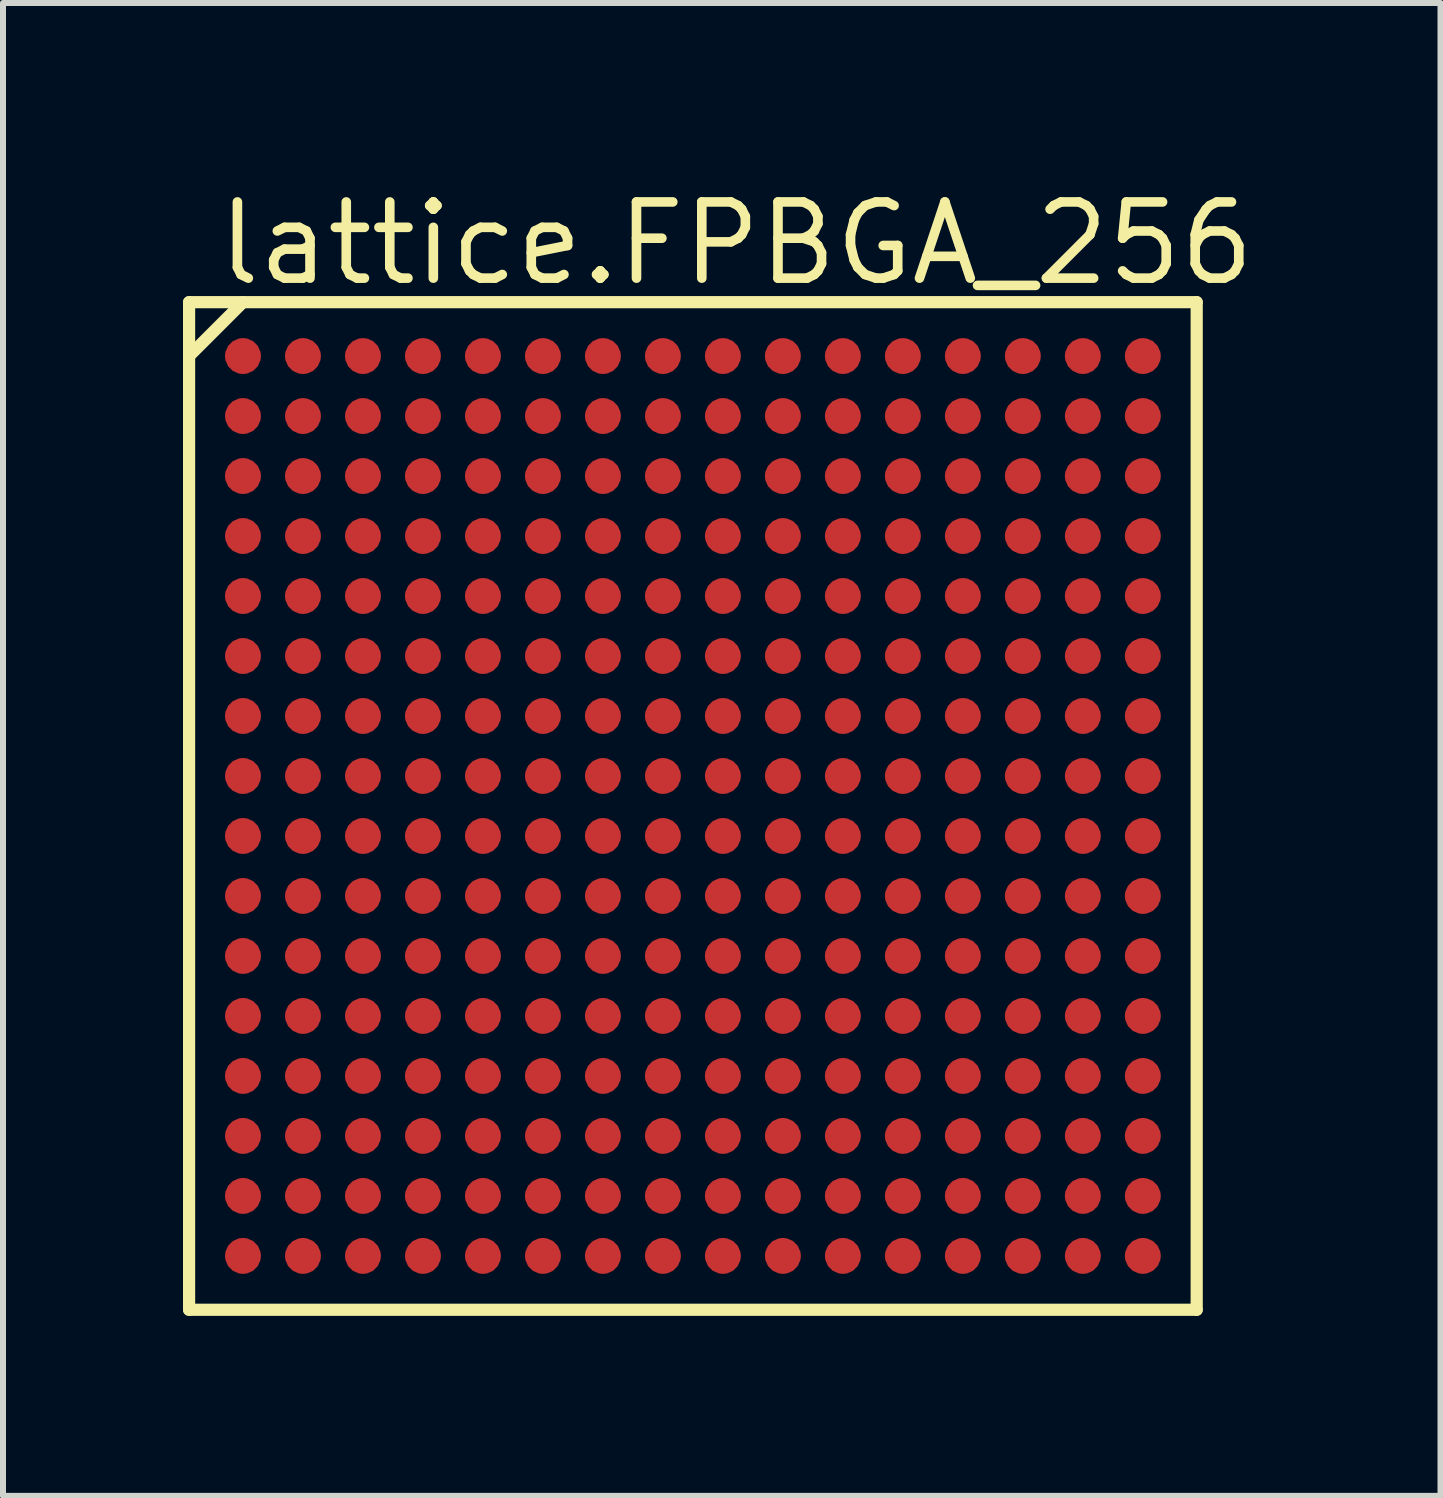
<source format=kicad_pcb>
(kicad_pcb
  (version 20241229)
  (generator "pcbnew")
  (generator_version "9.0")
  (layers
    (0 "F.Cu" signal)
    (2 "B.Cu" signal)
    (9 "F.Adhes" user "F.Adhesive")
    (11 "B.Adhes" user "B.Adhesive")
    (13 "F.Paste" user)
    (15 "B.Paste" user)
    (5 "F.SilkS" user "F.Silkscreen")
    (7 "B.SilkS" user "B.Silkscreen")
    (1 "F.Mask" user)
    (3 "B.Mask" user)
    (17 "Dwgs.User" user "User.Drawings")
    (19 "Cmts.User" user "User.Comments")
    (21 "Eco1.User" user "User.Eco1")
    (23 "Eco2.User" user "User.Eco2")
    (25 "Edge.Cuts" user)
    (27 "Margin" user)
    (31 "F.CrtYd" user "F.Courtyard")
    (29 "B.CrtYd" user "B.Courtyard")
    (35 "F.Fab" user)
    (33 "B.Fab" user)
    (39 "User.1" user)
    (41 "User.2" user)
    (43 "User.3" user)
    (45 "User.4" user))
  (footprint "lattice.FPBGA_256"
    (layer "F.Cu")
    (at 8.5 10.385)
    (property "Reference" "lattice.FPBGA_256" (at -8 -8.635 0) (layer "F.SilkS") (effects (font (size 1.27 1.27) (thickness 0.16)) (justify left bottom)))
    (attr smd)
    (fp_circle (center -7.5 -7.5) (end -7.2 -7.5) (stroke (width 0.1) (type default)) (fill no) (layer "F.Mask"))
    (fp_circle (center -7.5 -6.5) (end -7.2 -6.5) (stroke (width 0.1) (type default)) (fill no) (layer "F.Mask"))
    (fp_circle (center -7.5 -5.5) (end -7.2 -5.5) (stroke (width 0.1) (type default)) (fill no) (layer "F.Mask"))
    (fp_circle (center -7.5 -4.5) (end -7.2 -4.5) (stroke (width 0.1) (type default)) (fill no) (layer "F.Mask"))
    (fp_circle (center -7.5 -3.5) (end -7.2 -3.5) (stroke (width 0.1) (type default)) (fill no) (layer "F.Mask"))
    (fp_circle (center -7.5 -2.5) (end -7.2 -2.5) (stroke (width 0.1) (type default)) (fill no) (layer "F.Mask"))
    (fp_circle (center -7.5 -1.5) (end -7.2 -1.5) (stroke (width 0.1) (type default)) (fill no) (layer "F.Mask"))
    (fp_circle (center -7.5 -0.5) (end -7.2 -0.5) (stroke (width 0.1) (type default)) (fill no) (layer "F.Mask"))
    (fp_circle (center -7.5 0.5) (end -7.2 0.5) (stroke (width 0.1) (type default)) (fill no) (layer "F.Mask"))
    (fp_circle (center -7.5 1.5) (end -7.2 1.5) (stroke (width 0.1) (type default)) (fill no) (layer "F.Mask"))
    (fp_circle (center -7.5 2.5) (end -7.2 2.5) (stroke (width 0.1) (type default)) (fill no) (layer "F.Mask"))
    (fp_circle (center -7.5 3.5) (end -7.2 3.5) (stroke (width 0.1) (type default)) (fill no) (layer "F.Mask"))
    (fp_circle (center -7.5 4.5) (end -7.2 4.5) (stroke (width 0.1) (type default)) (fill no) (layer "F.Mask"))
    (fp_circle (center -7.5 5.5) (end -7.2 5.5) (stroke (width 0.1) (type default)) (fill no) (layer "F.Mask"))
    (fp_circle (center -7.5 6.5) (end -7.2 6.5) (stroke (width 0.1) (type default)) (fill no) (layer "F.Mask"))
    (fp_circle (center -7.5 7.5) (end -7.2 7.5) (stroke (width 0.1) (type default)) (fill no) (layer "F.Mask"))
    (fp_circle (center -6.5 -7.5) (end -6.2 -7.5) (stroke (width 0.1) (type default)) (fill no) (layer "F.Mask"))
    (fp_circle (center -6.5 -6.5) (end -6.2 -6.5) (stroke (width 0.1) (type default)) (fill no) (layer "F.Mask"))
    (fp_circle (center -6.5 -5.5) (end -6.2 -5.5) (stroke (width 0.1) (type default)) (fill no) (layer "F.Mask"))
    (fp_circle (center -6.5 -4.5) (end -6.2 -4.5) (stroke (width 0.1) (type default)) (fill no) (layer "F.Mask"))
    (fp_circle (center -6.5 -3.5) (end -6.2 -3.5) (stroke (width 0.1) (type default)) (fill no) (layer "F.Mask"))
    (fp_circle (center -6.5 -2.5) (end -6.2 -2.5) (stroke (width 0.1) (type default)) (fill no) (layer "F.Mask"))
    (fp_circle (center -6.5 -1.5) (end -6.2 -1.5) (stroke (width 0.1) (type default)) (fill no) (layer "F.Mask"))
    (fp_circle (center -6.5 -0.5) (end -6.2 -0.5) (stroke (width 0.1) (type default)) (fill no) (layer "F.Mask"))
    (fp_circle (center -6.5 0.5) (end -6.2 0.5) (stroke (width 0.1) (type default)) (fill no) (layer "F.Mask"))
    (fp_circle (center -6.5 1.5) (end -6.2 1.5) (stroke (width 0.1) (type default)) (fill no) (layer "F.Mask"))
    (fp_circle (center -6.5 2.5) (end -6.2 2.5) (stroke (width 0.1) (type default)) (fill no) (layer "F.Mask"))
    (fp_circle (center -6.5 3.5) (end -6.2 3.5) (stroke (width 0.1) (type default)) (fill no) (layer "F.Mask"))
    (fp_circle (center -6.5 4.5) (end -6.2 4.5) (stroke (width 0.1) (type default)) (fill no) (layer "F.Mask"))
    (fp_circle (center -6.5 5.5) (end -6.2 5.5) (stroke (width 0.1) (type default)) (fill no) (layer "F.Mask"))
    (fp_circle (center -6.5 6.5) (end -6.2 6.5) (stroke (width 0.1) (type default)) (fill no) (layer "F.Mask"))
    (fp_circle (center -6.5 7.5) (end -6.2 7.5) (stroke (width 0.1) (type default)) (fill no) (layer "F.Mask"))
    (fp_circle (center -5.5 -7.5) (end -5.2 -7.5) (stroke (width 0.1) (type default)) (fill no) (layer "F.Mask"))
    (fp_circle (center -5.5 -6.5) (end -5.2 -6.5) (stroke (width 0.1) (type default)) (fill no) (layer "F.Mask"))
    (fp_circle (center -5.5 -5.5) (end -5.2 -5.5) (stroke (width 0.1) (type default)) (fill no) (layer "F.Mask"))
    (fp_circle (center -5.5 -4.5) (end -5.2 -4.5) (stroke (width 0.1) (type default)) (fill no) (layer "F.Mask"))
    (fp_circle (center -5.5 -3.5) (end -5.2 -3.5) (stroke (width 0.1) (type default)) (fill no) (layer "F.Mask"))
    (fp_circle (center -5.5 -2.5) (end -5.2 -2.5) (stroke (width 0.1) (type default)) (fill no) (layer "F.Mask"))
    (fp_circle (center -5.5 -1.5) (end -5.2 -1.5) (stroke (width 0.1) (type default)) (fill no) (layer "F.Mask"))
    (fp_circle (center -5.5 -0.5) (end -5.2 -0.5) (stroke (width 0.1) (type default)) (fill no) (layer "F.Mask"))
    (fp_circle (center -5.5 0.5) (end -5.2 0.5) (stroke (width 0.1) (type default)) (fill no) (layer "F.Mask"))
    (fp_circle (center -5.5 1.5) (end -5.2 1.5) (stroke (width 0.1) (type default)) (fill no) (layer "F.Mask"))
    (fp_circle (center -5.5 2.5) (end -5.2 2.5) (stroke (width 0.1) (type default)) (fill no) (layer "F.Mask"))
    (fp_circle (center -5.5 3.5) (end -5.2 3.5) (stroke (width 0.1) (type default)) (fill no) (layer "F.Mask"))
    (fp_circle (center -5.5 4.5) (end -5.2 4.5) (stroke (width 0.1) (type default)) (fill no) (layer "F.Mask"))
    (fp_circle (center -5.5 5.5) (end -5.2 5.5) (stroke (width 0.1) (type default)) (fill no) (layer "F.Mask"))
    (fp_circle (center -5.5 6.5) (end -5.2 6.5) (stroke (width 0.1) (type default)) (fill no) (layer "F.Mask"))
    (fp_circle (center -5.5 7.5) (end -5.2 7.5) (stroke (width 0.1) (type default)) (fill no) (layer "F.Mask"))
    (fp_circle (center -4.5 -7.5) (end -4.2 -7.5) (stroke (width 0.1) (type default)) (fill no) (layer "F.Mask"))
    (fp_circle (center -4.5 -6.5) (end -4.2 -6.5) (stroke (width 0.1) (type default)) (fill no) (layer "F.Mask"))
    (fp_circle (center -4.5 -5.5) (end -4.2 -5.5) (stroke (width 0.1) (type default)) (fill no) (layer "F.Mask"))
    (fp_circle (center -4.5 -4.5) (end -4.2 -4.5) (stroke (width 0.1) (type default)) (fill no) (layer "F.Mask"))
    (fp_circle (center -4.5 -3.5) (end -4.2 -3.5) (stroke (width 0.1) (type default)) (fill no) (layer "F.Mask"))
    (fp_circle (center -4.5 -2.5) (end -4.2 -2.5) (stroke (width 0.1) (type default)) (fill no) (layer "F.Mask"))
    (fp_circle (center -4.5 -1.5) (end -4.2 -1.5) (stroke (width 0.1) (type default)) (fill no) (layer "F.Mask"))
    (fp_circle (center -4.5 -0.5) (end -4.2 -0.5) (stroke (width 0.1) (type default)) (fill no) (layer "F.Mask"))
    (fp_circle (center -4.5 0.5) (end -4.2 0.5) (stroke (width 0.1) (type default)) (fill no) (layer "F.Mask"))
    (fp_circle (center -4.5 1.5) (end -4.2 1.5) (stroke (width 0.1) (type default)) (fill no) (layer "F.Mask"))
    (fp_circle (center -4.5 2.5) (end -4.2 2.5) (stroke (width 0.1) (type default)) (fill no) (layer "F.Mask"))
    (fp_circle (center -4.5 3.5) (end -4.2 3.5) (stroke (width 0.1) (type default)) (fill no) (layer "F.Mask"))
    (fp_circle (center -4.5 4.5) (end -4.2 4.5) (stroke (width 0.1) (type default)) (fill no) (layer "F.Mask"))
    (fp_circle (center -4.5 5.5) (end -4.2 5.5) (stroke (width 0.1) (type default)) (fill no) (layer "F.Mask"))
    (fp_circle (center -4.5 6.5) (end -4.2 6.5) (stroke (width 0.1) (type default)) (fill no) (layer "F.Mask"))
    (fp_circle (center -4.5 7.5) (end -4.2 7.5) (stroke (width 0.1) (type default)) (fill no) (layer "F.Mask"))
    (fp_circle (center -3.5 -7.5) (end -3.2 -7.5) (stroke (width 0.1) (type default)) (fill no) (layer "F.Mask"))
    (fp_circle (center -3.5 -6.5) (end -3.2 -6.5) (stroke (width 0.1) (type default)) (fill no) (layer "F.Mask"))
    (fp_circle (center -3.5 -5.5) (end -3.2 -5.5) (stroke (width 0.1) (type default)) (fill no) (layer "F.Mask"))
    (fp_circle (center -3.5 -4.5) (end -3.2 -4.5) (stroke (width 0.1) (type default)) (fill no) (layer "F.Mask"))
    (fp_circle (center -3.5 -3.5) (end -3.2 -3.5) (stroke (width 0.1) (type default)) (fill no) (layer "F.Mask"))
    (fp_circle (center -3.5 -2.5) (end -3.2 -2.5) (stroke (width 0.1) (type default)) (fill no) (layer "F.Mask"))
    (fp_circle (center -3.5 -1.5) (end -3.2 -1.5) (stroke (width 0.1) (type default)) (fill no) (layer "F.Mask"))
    (fp_circle (center -3.5 -0.5) (end -3.2 -0.5) (stroke (width 0.1) (type default)) (fill no) (layer "F.Mask"))
    (fp_circle (center -3.5 0.5) (end -3.2 0.5) (stroke (width 0.1) (type default)) (fill no) (layer "F.Mask"))
    (fp_circle (center -3.5 1.5) (end -3.2 1.5) (stroke (width 0.1) (type default)) (fill no) (layer "F.Mask"))
    (fp_circle (center -3.5 2.5) (end -3.2 2.5) (stroke (width 0.1) (type default)) (fill no) (layer "F.Mask"))
    (fp_circle (center -3.5 3.5) (end -3.2 3.5) (stroke (width 0.1) (type default)) (fill no) (layer "F.Mask"))
    (fp_circle (center -3.5 4.5) (end -3.2 4.5) (stroke (width 0.1) (type default)) (fill no) (layer "F.Mask"))
    (fp_circle (center -3.5 5.5) (end -3.2 5.5) (stroke (width 0.1) (type default)) (fill no) (layer "F.Mask"))
    (fp_circle (center -3.5 6.5) (end -3.2 6.5) (stroke (width 0.1) (type default)) (fill no) (layer "F.Mask"))
    (fp_circle (center -3.5 7.5) (end -3.2 7.5) (stroke (width 0.1) (type default)) (fill no) (layer "F.Mask"))
    (fp_circle (center -2.5 -7.5) (end -2.2 -7.5) (stroke (width 0.1) (type default)) (fill no) (layer "F.Mask"))
    (fp_circle (center -2.5 -6.5) (end -2.2 -6.5) (stroke (width 0.1) (type default)) (fill no) (layer "F.Mask"))
    (fp_circle (center -2.5 -5.5) (end -2.2 -5.5) (stroke (width 0.1) (type default)) (fill no) (layer "F.Mask"))
    (fp_circle (center -2.5 -4.5) (end -2.2 -4.5) (stroke (width 0.1) (type default)) (fill no) (layer "F.Mask"))
    (fp_circle (center -2.5 -3.5) (end -2.2 -3.5) (stroke (width 0.1) (type default)) (fill no) (layer "F.Mask"))
    (fp_circle (center -2.5 -2.5) (end -2.2 -2.5) (stroke (width 0.1) (type default)) (fill no) (layer "F.Mask"))
    (fp_circle (center -2.5 -1.5) (end -2.2 -1.5) (stroke (width 0.1) (type default)) (fill no) (layer "F.Mask"))
    (fp_circle (center -2.5 -0.5) (end -2.2 -0.5) (stroke (width 0.1) (type default)) (fill no) (layer "F.Mask"))
    (fp_circle (center -2.5 0.5) (end -2.2 0.5) (stroke (width 0.1) (type default)) (fill no) (layer "F.Mask"))
    (fp_circle (center -2.5 1.5) (end -2.2 1.5) (stroke (width 0.1) (type default)) (fill no) (layer "F.Mask"))
    (fp_circle (center -2.5 2.5) (end -2.2 2.5) (stroke (width 0.1) (type default)) (fill no) (layer "F.Mask"))
    (fp_circle (center -2.5 3.5) (end -2.2 3.5) (stroke (width 0.1) (type default)) (fill no) (layer "F.Mask"))
    (fp_circle (center -2.5 4.5) (end -2.2 4.5) (stroke (width 0.1) (type default)) (fill no) (layer "F.Mask"))
    (fp_circle (center -2.5 5.5) (end -2.2 5.5) (stroke (width 0.1) (type default)) (fill no) (layer "F.Mask"))
    (fp_circle (center -2.5 6.5) (end -2.2 6.5) (stroke (width 0.1) (type default)) (fill no) (layer "F.Mask"))
    (fp_circle (center -2.5 7.5) (end -2.2 7.5) (stroke (width 0.1) (type default)) (fill no) (layer "F.Mask"))
    (fp_circle (center -1.5 -7.5) (end -1.2 -7.5) (stroke (width 0.1) (type default)) (fill no) (layer "F.Mask"))
    (fp_circle (center -1.5 -6.5) (end -1.2 -6.5) (stroke (width 0.1) (type default)) (fill no) (layer "F.Mask"))
    (fp_circle (center -1.5 -5.5) (end -1.2 -5.5) (stroke (width 0.1) (type default)) (fill no) (layer "F.Mask"))
    (fp_circle (center -1.5 -4.5) (end -1.2 -4.5) (stroke (width 0.1) (type default)) (fill no) (layer "F.Mask"))
    (fp_circle (center -1.5 -3.5) (end -1.2 -3.5) (stroke (width 0.1) (type default)) (fill no) (layer "F.Mask"))
    (fp_circle (center -1.5 -2.5) (end -1.2 -2.5) (stroke (width 0.1) (type default)) (fill no) (layer "F.Mask"))
    (fp_circle (center -1.5 -1.5) (end -1.2 -1.5) (stroke (width 0.1) (type default)) (fill no) (layer "F.Mask"))
    (fp_circle (center -1.5 -0.5) (end -1.2 -0.5) (stroke (width 0.1) (type default)) (fill no) (layer "F.Mask"))
    (fp_circle (center -1.5 0.5) (end -1.2 0.5) (stroke (width 0.1) (type default)) (fill no) (layer "F.Mask"))
    (fp_circle (center -1.5 1.5) (end -1.2 1.5) (stroke (width 0.1) (type default)) (fill no) (layer "F.Mask"))
    (fp_circle (center -1.5 2.5) (end -1.2 2.5) (stroke (width 0.1) (type default)) (fill no) (layer "F.Mask"))
    (fp_circle (center -1.5 3.5) (end -1.2 3.5) (stroke (width 0.1) (type default)) (fill no) (layer "F.Mask"))
    (fp_circle (center -1.5 4.5) (end -1.2 4.5) (stroke (width 0.1) (type default)) (fill no) (layer "F.Mask"))
    (fp_circle (center -1.5 5.5) (end -1.2 5.5) (stroke (width 0.1) (type default)) (fill no) (layer "F.Mask"))
    (fp_circle (center -1.5 6.5) (end -1.2 6.5) (stroke (width 0.1) (type default)) (fill no) (layer "F.Mask"))
    (fp_circle (center -1.5 7.5) (end -1.2 7.5) (stroke (width 0.1) (type default)) (fill no) (layer "F.Mask"))
    (fp_circle (center -0.5 -7.5) (end -0.2 -7.5) (stroke (width 0.1) (type default)) (fill no) (layer "F.Mask"))
    (fp_circle (center -0.5 -6.5) (end -0.2 -6.5) (stroke (width 0.1) (type default)) (fill no) (layer "F.Mask"))
    (fp_circle (center -0.5 -5.5) (end -0.2 -5.5) (stroke (width 0.1) (type default)) (fill no) (layer "F.Mask"))
    (fp_circle (center -0.5 -4.5) (end -0.2 -4.5) (stroke (width 0.1) (type default)) (fill no) (layer "F.Mask"))
    (fp_circle (center -0.5 -3.5) (end -0.2 -3.5) (stroke (width 0.1) (type default)) (fill no) (layer "F.Mask"))
    (fp_circle (center -0.5 -2.5) (end -0.2 -2.5) (stroke (width 0.1) (type default)) (fill no) (layer "F.Mask"))
    (fp_circle (center -0.5 -1.5) (end -0.2 -1.5) (stroke (width 0.1) (type default)) (fill no) (layer "F.Mask"))
    (fp_circle (center -0.5 -0.5) (end -0.2 -0.5) (stroke (width 0.1) (type default)) (fill no) (layer "F.Mask"))
    (fp_circle (center -0.5 0.5) (end -0.2 0.5) (stroke (width 0.1) (type default)) (fill no) (layer "F.Mask"))
    (fp_circle (center -0.5 1.5) (end -0.2 1.5) (stroke (width 0.1) (type default)) (fill no) (layer "F.Mask"))
    (fp_circle (center -0.5 2.5) (end -0.2 2.5) (stroke (width 0.1) (type default)) (fill no) (layer "F.Mask"))
    (fp_circle (center -0.5 3.5) (end -0.2 3.5) (stroke (width 0.1) (type default)) (fill no) (layer "F.Mask"))
    (fp_circle (center -0.5 4.5) (end -0.2 4.5) (stroke (width 0.1) (type default)) (fill no) (layer "F.Mask"))
    (fp_circle (center -0.5 5.5) (end -0.2 5.5) (stroke (width 0.1) (type default)) (fill no) (layer "F.Mask"))
    (fp_circle (center -0.5 6.5) (end -0.2 6.5) (stroke (width 0.1) (type default)) (fill no) (layer "F.Mask"))
    (fp_circle (center -0.5 7.5) (end -0.2 7.5) (stroke (width 0.1) (type default)) (fill no) (layer "F.Mask"))
    (fp_circle (center 0.5 -7.5) (end 0.8 -7.5) (stroke (width 0.1) (type default)) (fill no) (layer "F.Mask"))
    (fp_circle (center 0.5 -6.5) (end 0.8 -6.5) (stroke (width 0.1) (type default)) (fill no) (layer "F.Mask"))
    (fp_circle (center 0.5 -5.5) (end 0.8 -5.5) (stroke (width 0.1) (type default)) (fill no) (layer "F.Mask"))
    (fp_circle (center 0.5 -4.5) (end 0.8 -4.5) (stroke (width 0.1) (type default)) (fill no) (layer "F.Mask"))
    (fp_circle (center 0.5 -3.5) (end 0.8 -3.5) (stroke (width 0.1) (type default)) (fill no) (layer "F.Mask"))
    (fp_circle (center 0.5 -2.5) (end 0.8 -2.5) (stroke (width 0.1) (type default)) (fill no) (layer "F.Mask"))
    (fp_circle (center 0.5 -1.5) (end 0.8 -1.5) (stroke (width 0.1) (type default)) (fill no) (layer "F.Mask"))
    (fp_circle (center 0.5 -0.5) (end 0.8 -0.5) (stroke (width 0.1) (type default)) (fill no) (layer "F.Mask"))
    (fp_circle (center 0.5 0.5) (end 0.8 0.5) (stroke (width 0.1) (type default)) (fill no) (layer "F.Mask"))
    (fp_circle (center 0.5 1.5) (end 0.8 1.5) (stroke (width 0.1) (type default)) (fill no) (layer "F.Mask"))
    (fp_circle (center 0.5 2.5) (end 0.8 2.5) (stroke (width 0.1) (type default)) (fill no) (layer "F.Mask"))
    (fp_circle (center 0.5 3.5) (end 0.8 3.5) (stroke (width 0.1) (type default)) (fill no) (layer "F.Mask"))
    (fp_circle (center 0.5 4.5) (end 0.8 4.5) (stroke (width 0.1) (type default)) (fill no) (layer "F.Mask"))
    (fp_circle (center 0.5 5.5) (end 0.8 5.5) (stroke (width 0.1) (type default)) (fill no) (layer "F.Mask"))
    (fp_circle (center 0.5 6.5) (end 0.8 6.5) (stroke (width 0.1) (type default)) (fill no) (layer "F.Mask"))
    (fp_circle (center 0.5 7.5) (end 0.8 7.5) (stroke (width 0.1) (type default)) (fill no) (layer "F.Mask"))
    (fp_circle (center 1.5 -7.5) (end 1.8 -7.5) (stroke (width 0.1) (type default)) (fill no) (layer "F.Mask"))
    (fp_circle (center 1.5 -6.5) (end 1.8 -6.5) (stroke (width 0.1) (type default)) (fill no) (layer "F.Mask"))
    (fp_circle (center 1.5 -5.5) (end 1.8 -5.5) (stroke (width 0.1) (type default)) (fill no) (layer "F.Mask"))
    (fp_circle (center 1.5 -4.5) (end 1.8 -4.5) (stroke (width 0.1) (type default)) (fill no) (layer "F.Mask"))
    (fp_circle (center 1.5 -3.5) (end 1.8 -3.5) (stroke (width 0.1) (type default)) (fill no) (layer "F.Mask"))
    (fp_circle (center 1.5 -2.5) (end 1.8 -2.5) (stroke (width 0.1) (type default)) (fill no) (layer "F.Mask"))
    (fp_circle (center 1.5 -1.5) (end 1.8 -1.5) (stroke (width 0.1) (type default)) (fill no) (layer "F.Mask"))
    (fp_circle (center 1.5 -0.5) (end 1.8 -0.5) (stroke (width 0.1) (type default)) (fill no) (layer "F.Mask"))
    (fp_circle (center 1.5 0.5) (end 1.8 0.5) (stroke (width 0.1) (type default)) (fill no) (layer "F.Mask"))
    (fp_circle (center 1.5 1.5) (end 1.8 1.5) (stroke (width 0.1) (type default)) (fill no) (layer "F.Mask"))
    (fp_circle (center 1.5 2.5) (end 1.8 2.5) (stroke (width 0.1) (type default)) (fill no) (layer "F.Mask"))
    (fp_circle (center 1.5 3.5) (end 1.8 3.5) (stroke (width 0.1) (type default)) (fill no) (layer "F.Mask"))
    (fp_circle (center 1.5 4.5) (end 1.8 4.5) (stroke (width 0.1) (type default)) (fill no) (layer "F.Mask"))
    (fp_circle (center 1.5 5.5) (end 1.8 5.5) (stroke (width 0.1) (type default)) (fill no) (layer "F.Mask"))
    (fp_circle (center 1.5 6.5) (end 1.8 6.5) (stroke (width 0.1) (type default)) (fill no) (layer "F.Mask"))
    (fp_circle (center 1.5 7.5) (end 1.8 7.5) (stroke (width 0.1) (type default)) (fill no) (layer "F.Mask"))
    (fp_circle (center 2.5 -7.5) (end 2.8 -7.5) (stroke (width 0.1) (type default)) (fill no) (layer "F.Mask"))
    (fp_circle (center 2.5 -6.5) (end 2.8 -6.5) (stroke (width 0.1) (type default)) (fill no) (layer "F.Mask"))
    (fp_circle (center 2.5 -5.5) (end 2.8 -5.5) (stroke (width 0.1) (type default)) (fill no) (layer "F.Mask"))
    (fp_circle (center 2.5 -4.5) (end 2.8 -4.5) (stroke (width 0.1) (type default)) (fill no) (layer "F.Mask"))
    (fp_circle (center 2.5 -3.5) (end 2.8 -3.5) (stroke (width 0.1) (type default)) (fill no) (layer "F.Mask"))
    (fp_circle (center 2.5 -2.5) (end 2.8 -2.5) (stroke (width 0.1) (type default)) (fill no) (layer "F.Mask"))
    (fp_circle (center 2.5 -1.5) (end 2.8 -1.5) (stroke (width 0.1) (type default)) (fill no) (layer "F.Mask"))
    (fp_circle (center 2.5 -0.5) (end 2.8 -0.5) (stroke (width 0.1) (type default)) (fill no) (layer "F.Mask"))
    (fp_circle (center 2.5 0.5) (end 2.8 0.5) (stroke (width 0.1) (type default)) (fill no) (layer "F.Mask"))
    (fp_circle (center 2.5 1.5) (end 2.8 1.5) (stroke (width 0.1) (type default)) (fill no) (layer "F.Mask"))
    (fp_circle (center 2.5 2.5) (end 2.8 2.5) (stroke (width 0.1) (type default)) (fill no) (layer "F.Mask"))
    (fp_circle (center 2.5 3.5) (end 2.8 3.5) (stroke (width 0.1) (type default)) (fill no) (layer "F.Mask"))
    (fp_circle (center 2.5 4.5) (end 2.8 4.5) (stroke (width 0.1) (type default)) (fill no) (layer "F.Mask"))
    (fp_circle (center 2.5 5.5) (end 2.8 5.5) (stroke (width 0.1) (type default)) (fill no) (layer "F.Mask"))
    (fp_circle (center 2.5 6.5) (end 2.8 6.5) (stroke (width 0.1) (type default)) (fill no) (layer "F.Mask"))
    (fp_circle (center 2.5 7.5) (end 2.8 7.5) (stroke (width 0.1) (type default)) (fill no) (layer "F.Mask"))
    (fp_circle (center 3.5 -7.5) (end 3.8 -7.5) (stroke (width 0.1) (type default)) (fill no) (layer "F.Mask"))
    (fp_circle (center 3.5 -6.5) (end 3.8 -6.5) (stroke (width 0.1) (type default)) (fill no) (layer "F.Mask"))
    (fp_circle (center 3.5 -5.5) (end 3.8 -5.5) (stroke (width 0.1) (type default)) (fill no) (layer "F.Mask"))
    (fp_circle (center 3.5 -4.5) (end 3.8 -4.5) (stroke (width 0.1) (type default)) (fill no) (layer "F.Mask"))
    (fp_circle (center 3.5 -3.5) (end 3.8 -3.5) (stroke (width 0.1) (type default)) (fill no) (layer "F.Mask"))
    (fp_circle (center 3.5 -2.5) (end 3.8 -2.5) (stroke (width 0.1) (type default)) (fill no) (layer "F.Mask"))
    (fp_circle (center 3.5 -1.5) (end 3.8 -1.5) (stroke (width 0.1) (type default)) (fill no) (layer "F.Mask"))
    (fp_circle (center 3.5 -0.5) (end 3.8 -0.5) (stroke (width 0.1) (type default)) (fill no) (layer "F.Mask"))
    (fp_circle (center 3.5 0.5) (end 3.8 0.5) (stroke (width 0.1) (type default)) (fill no) (layer "F.Mask"))
    (fp_circle (center 3.5 1.5) (end 3.8 1.5) (stroke (width 0.1) (type default)) (fill no) (layer "F.Mask"))
    (fp_circle (center 3.5 2.5) (end 3.8 2.5) (stroke (width 0.1) (type default)) (fill no) (layer "F.Mask"))
    (fp_circle (center 3.5 3.5) (end 3.8 3.5) (stroke (width 0.1) (type default)) (fill no) (layer "F.Mask"))
    (fp_circle (center 3.5 4.5) (end 3.8 4.5) (stroke (width 0.1) (type default)) (fill no) (layer "F.Mask"))
    (fp_circle (center 3.5 5.5) (end 3.8 5.5) (stroke (width 0.1) (type default)) (fill no) (layer "F.Mask"))
    (fp_circle (center 3.5 6.5) (end 3.8 6.5) (stroke (width 0.1) (type default)) (fill no) (layer "F.Mask"))
    (fp_circle (center 3.5 7.5) (end 3.8 7.5) (stroke (width 0.1) (type default)) (fill no) (layer "F.Mask"))
    (fp_circle (center 4.5 -7.5) (end 4.8 -7.5) (stroke (width 0.1) (type default)) (fill no) (layer "F.Mask"))
    (fp_circle (center 4.5 -6.5) (end 4.8 -6.5) (stroke (width 0.1) (type default)) (fill no) (layer "F.Mask"))
    (fp_circle (center 4.5 -5.5) (end 4.8 -5.5) (stroke (width 0.1) (type default)) (fill no) (layer "F.Mask"))
    (fp_circle (center 4.5 -4.5) (end 4.8 -4.5) (stroke (width 0.1) (type default)) (fill no) (layer "F.Mask"))
    (fp_circle (center 4.5 -3.5) (end 4.8 -3.5) (stroke (width 0.1) (type default)) (fill no) (layer "F.Mask"))
    (fp_circle (center 4.5 -2.5) (end 4.8 -2.5) (stroke (width 0.1) (type default)) (fill no) (layer "F.Mask"))
    (fp_circle (center 4.5 -1.5) (end 4.8 -1.5) (stroke (width 0.1) (type default)) (fill no) (layer "F.Mask"))
    (fp_circle (center 4.5 -0.5) (end 4.8 -0.5) (stroke (width 0.1) (type default)) (fill no) (layer "F.Mask"))
    (fp_circle (center 4.5 0.5) (end 4.8 0.5) (stroke (width 0.1) (type default)) (fill no) (layer "F.Mask"))
    (fp_circle (center 4.5 1.5) (end 4.8 1.5) (stroke (width 0.1) (type default)) (fill no) (layer "F.Mask"))
    (fp_circle (center 4.5 2.5) (end 4.8 2.5) (stroke (width 0.1) (type default)) (fill no) (layer "F.Mask"))
    (fp_circle (center 4.5 3.5) (end 4.8 3.5) (stroke (width 0.1) (type default)) (fill no) (layer "F.Mask"))
    (fp_circle (center 4.5 4.5) (end 4.8 4.5) (stroke (width 0.1) (type default)) (fill no) (layer "F.Mask"))
    (fp_circle (center 4.5 5.5) (end 4.8 5.5) (stroke (width 0.1) (type default)) (fill no) (layer "F.Mask"))
    (fp_circle (center 4.5 6.5) (end 4.8 6.5) (stroke (width 0.1) (type default)) (fill no) (layer "F.Mask"))
    (fp_circle (center 4.5 7.5) (end 4.8 7.5) (stroke (width 0.1) (type default)) (fill no) (layer "F.Mask"))
    (fp_circle (center 5.5 -7.5) (end 5.8 -7.5) (stroke (width 0.1) (type default)) (fill no) (layer "F.Mask"))
    (fp_circle (center 5.5 -6.5) (end 5.8 -6.5) (stroke (width 0.1) (type default)) (fill no) (layer "F.Mask"))
    (fp_circle (center 5.5 -5.5) (end 5.8 -5.5) (stroke (width 0.1) (type default)) (fill no) (layer "F.Mask"))
    (fp_circle (center 5.5 -4.5) (end 5.8 -4.5) (stroke (width 0.1) (type default)) (fill no) (layer "F.Mask"))
    (fp_circle (center 5.5 -3.5) (end 5.8 -3.5) (stroke (width 0.1) (type default)) (fill no) (layer "F.Mask"))
    (fp_circle (center 5.5 -2.5) (end 5.8 -2.5) (stroke (width 0.1) (type default)) (fill no) (layer "F.Mask"))
    (fp_circle (center 5.5 -1.5) (end 5.8 -1.5) (stroke (width 0.1) (type default)) (fill no) (layer "F.Mask"))
    (fp_circle (center 5.5 -0.5) (end 5.8 -0.5) (stroke (width 0.1) (type default)) (fill no) (layer "F.Mask"))
    (fp_circle (center 5.5 0.5) (end 5.8 0.5) (stroke (width 0.1) (type default)) (fill no) (layer "F.Mask"))
    (fp_circle (center 5.5 1.5) (end 5.8 1.5) (stroke (width 0.1) (type default)) (fill no) (layer "F.Mask"))
    (fp_circle (center 5.5 2.5) (end 5.8 2.5) (stroke (width 0.1) (type default)) (fill no) (layer "F.Mask"))
    (fp_circle (center 5.5 3.5) (end 5.8 3.5) (stroke (width 0.1) (type default)) (fill no) (layer "F.Mask"))
    (fp_circle (center 5.5 4.5) (end 5.8 4.5) (stroke (width 0.1) (type default)) (fill no) (layer "F.Mask"))
    (fp_circle (center 5.5 5.5) (end 5.8 5.5) (stroke (width 0.1) (type default)) (fill no) (layer "F.Mask"))
    (fp_circle (center 5.5 6.5) (end 5.8 6.5) (stroke (width 0.1) (type default)) (fill no) (layer "F.Mask"))
    (fp_circle (center 5.5 7.5) (end 5.8 7.5) (stroke (width 0.1) (type default)) (fill no) (layer "F.Mask"))
    (fp_circle (center 6.5 -7.5) (end 6.8 -7.5) (stroke (width 0.1) (type default)) (fill no) (layer "F.Mask"))
    (fp_circle (center 6.5 -6.5) (end 6.8 -6.5) (stroke (width 0.1) (type default)) (fill no) (layer "F.Mask"))
    (fp_circle (center 6.5 -5.5) (end 6.8 -5.5) (stroke (width 0.1) (type default)) (fill no) (layer "F.Mask"))
    (fp_circle (center 6.5 -4.5) (end 6.8 -4.5) (stroke (width 0.1) (type default)) (fill no) (layer "F.Mask"))
    (fp_circle (center 6.5 -3.5) (end 6.8 -3.5) (stroke (width 0.1) (type default)) (fill no) (layer "F.Mask"))
    (fp_circle (center 6.5 -2.5) (end 6.8 -2.5) (stroke (width 0.1) (type default)) (fill no) (layer "F.Mask"))
    (fp_circle (center 6.5 -1.5) (end 6.8 -1.5) (stroke (width 0.1) (type default)) (fill no) (layer "F.Mask"))
    (fp_circle (center 6.5 -0.5) (end 6.8 -0.5) (stroke (width 0.1) (type default)) (fill no) (layer "F.Mask"))
    (fp_circle (center 6.5 0.5) (end 6.8 0.5) (stroke (width 0.1) (type default)) (fill no) (layer "F.Mask"))
    (fp_circle (center 6.5 1.5) (end 6.8 1.5) (stroke (width 0.1) (type default)) (fill no) (layer "F.Mask"))
    (fp_circle (center 6.5 2.5) (end 6.8 2.5) (stroke (width 0.1) (type default)) (fill no) (layer "F.Mask"))
    (fp_circle (center 6.5 3.5) (end 6.8 3.5) (stroke (width 0.1) (type default)) (fill no) (layer "F.Mask"))
    (fp_circle (center 6.5 4.5) (end 6.8 4.5) (stroke (width 0.1) (type default)) (fill no) (layer "F.Mask"))
    (fp_circle (center 6.5 5.5) (end 6.8 5.5) (stroke (width 0.1) (type default)) (fill no) (layer "F.Mask"))
    (fp_circle (center 6.5 6.5) (end 6.8 6.5) (stroke (width 0.1) (type default)) (fill no) (layer "F.Mask"))
    (fp_circle (center 6.5 7.5) (end 6.8 7.5) (stroke (width 0.1) (type default)) (fill no) (layer "F.Mask"))
    (fp_circle (center 7.5 -7.5) (end 7.8 -7.5) (stroke (width 0.1) (type default)) (fill no) (layer "F.Mask"))
    (fp_circle (center 7.5 -6.5) (end 7.8 -6.5) (stroke (width 0.1) (type default)) (fill no) (layer "F.Mask"))
    (fp_circle (center 7.5 -5.5) (end 7.8 -5.5) (stroke (width 0.1) (type default)) (fill no) (layer "F.Mask"))
    (fp_circle (center 7.5 -4.5) (end 7.8 -4.5) (stroke (width 0.1) (type default)) (fill no) (layer "F.Mask"))
    (fp_circle (center 7.5 -3.5) (end 7.8 -3.5) (stroke (width 0.1) (type default)) (fill no) (layer "F.Mask"))
    (fp_circle (center 7.5 -2.5) (end 7.8 -2.5) (stroke (width 0.1) (type default)) (fill no) (layer "F.Mask"))
    (fp_circle (center 7.5 -1.5) (end 7.8 -1.5) (stroke (width 0.1) (type default)) (fill no) (layer "F.Mask"))
    (fp_circle (center 7.5 -0.5) (end 7.8 -0.5) (stroke (width 0.1) (type default)) (fill no) (layer "F.Mask"))
    (fp_circle (center 7.5 0.5) (end 7.8 0.5) (stroke (width 0.1) (type default)) (fill no) (layer "F.Mask"))
    (fp_circle (center 7.5 1.5) (end 7.8 1.5) (stroke (width 0.1) (type default)) (fill no) (layer "F.Mask"))
    (fp_circle (center 7.5 2.5) (end 7.8 2.5) (stroke (width 0.1) (type default)) (fill no) (layer "F.Mask"))
    (fp_circle (center 7.5 3.5) (end 7.8 3.5) (stroke (width 0.1) (type default)) (fill no) (layer "F.Mask"))
    (fp_circle (center 7.5 4.5) (end 7.8 4.5) (stroke (width 0.1) (type default)) (fill no) (layer "F.Mask"))
    (fp_circle (center 7.5 5.5) (end 7.8 5.5) (stroke (width 0.1) (type default)) (fill no) (layer "F.Mask"))
    (fp_circle (center 7.5 6.5) (end 7.8 6.5) (stroke (width 0.1) (type default)) (fill no) (layer "F.Mask"))
    (fp_circle (center 7.5 7.5) (end 7.8 7.5) (stroke (width 0.1) (type default)) (fill no) (layer "F.Mask"))
    (fp_line (start -8.398 -8.398) (end -8.398 8.398) (stroke (width 0.203) (type default)) (layer "F.SilkS"))
    (fp_line (start -8.398 -7.5) (end -7.5 -8.398) (stroke (width 0.203) (type default)) (layer "F.SilkS"))
    (fp_line (start -8.398 8.398) (end 8.398 8.398) (stroke (width 0.203) (type default)) (layer "F.SilkS"))
    (fp_line (start 8.398 -8.398) (end -8.398 -8.398) (stroke (width 0.203) (type default)) (layer "F.SilkS"))
    (fp_line (start 8.398 8.398) (end 8.398 -8.398) (stroke (width 0.203) (type default)) (layer "F.SilkS"))
    (pad "A1" smd roundrect (at -7.5 -7.5) (size 0.6 0.6) (layers "F.Cu" "F.Mask" "F.Paste") (roundrect_rratio 0.5))
    (pad "A2" smd roundrect (at -6.5 -7.5) (size 0.6 0.6) (layers "F.Cu" "F.Mask" "F.Paste") (roundrect_rratio 0.5))
    (pad "A3" smd roundrect (at -5.5 -7.5) (size 0.6 0.6) (layers "F.Cu" "F.Mask" "F.Paste") (roundrect_rratio 0.5))
    (pad "A4" smd roundrect (at -4.5 -7.5) (size 0.6 0.6) (layers "F.Cu" "F.Mask" "F.Paste") (roundrect_rratio 0.5))
    (pad "A5" smd roundrect (at -3.5 -7.5) (size 0.6 0.6) (layers "F.Cu" "F.Mask" "F.Paste") (roundrect_rratio 0.5))
    (pad "A6" smd roundrect (at -2.5 -7.5) (size 0.6 0.6) (layers "F.Cu" "F.Mask" "F.Paste") (roundrect_rratio 0.5))
    (pad "A7" smd roundrect (at -1.5 -7.5) (size 0.6 0.6) (layers "F.Cu" "F.Mask" "F.Paste") (roundrect_rratio 0.5))
    (pad "A8" smd roundrect (at -0.5 -7.5) (size 0.6 0.6) (layers "F.Cu" "F.Mask" "F.Paste") (roundrect_rratio 0.5))
    (pad "A9" smd roundrect (at 0.5 -7.5) (size 0.6 0.6) (layers "F.Cu" "F.Mask" "F.Paste") (roundrect_rratio 0.5))
    (pad "A10" smd roundrect (at 1.5 -7.5) (size 0.6 0.6) (layers "F.Cu" "F.Mask" "F.Paste") (roundrect_rratio 0.5))
    (pad "A11" smd roundrect (at 2.5 -7.5) (size 0.6 0.6) (layers "F.Cu" "F.Mask" "F.Paste") (roundrect_rratio 0.5))
    (pad "A12" smd roundrect (at 3.5 -7.5) (size 0.6 0.6) (layers "F.Cu" "F.Mask" "F.Paste") (roundrect_rratio 0.5))
    (pad "A13" smd roundrect (at 4.5 -7.5) (size 0.6 0.6) (layers "F.Cu" "F.Mask" "F.Paste") (roundrect_rratio 0.5))
    (pad "A14" smd roundrect (at 5.5 -7.5) (size 0.6 0.6) (layers "F.Cu" "F.Mask" "F.Paste") (roundrect_rratio 0.5))
    (pad "A15" smd roundrect (at 6.5 -7.5) (size 0.6 0.6) (layers "F.Cu" "F.Mask" "F.Paste") (roundrect_rratio 0.5))
    (pad "A16" smd roundrect (at 7.5 -7.5) (size 0.6 0.6) (layers "F.Cu" "F.Mask" "F.Paste") (roundrect_rratio 0.5))
    (pad "B1" smd roundrect (at -7.5 -6.5) (size 0.6 0.6) (layers "F.Cu" "F.Mask" "F.Paste") (roundrect_rratio 0.5))
    (pad "B2" smd roundrect (at -6.5 -6.5) (size 0.6 0.6) (layers "F.Cu" "F.Mask" "F.Paste") (roundrect_rratio 0.5))
    (pad "B3" smd roundrect (at -5.5 -6.5) (size 0.6 0.6) (layers "F.Cu" "F.Mask" "F.Paste") (roundrect_rratio 0.5))
    (pad "B4" smd roundrect (at -4.5 -6.5) (size 0.6 0.6) (layers "F.Cu" "F.Mask" "F.Paste") (roundrect_rratio 0.5))
    (pad "B5" smd roundrect (at -3.5 -6.5) (size 0.6 0.6) (layers "F.Cu" "F.Mask" "F.Paste") (roundrect_rratio 0.5))
    (pad "B6" smd roundrect (at -2.5 -6.5) (size 0.6 0.6) (layers "F.Cu" "F.Mask" "F.Paste") (roundrect_rratio 0.5))
    (pad "B7" smd roundrect (at -1.5 -6.5) (size 0.6 0.6) (layers "F.Cu" "F.Mask" "F.Paste") (roundrect_rratio 0.5))
    (pad "B8" smd roundrect (at -0.5 -6.5) (size 0.6 0.6) (layers "F.Cu" "F.Mask" "F.Paste") (roundrect_rratio 0.5))
    (pad "B9" smd roundrect (at 0.5 -6.5) (size 0.6 0.6) (layers "F.Cu" "F.Mask" "F.Paste") (roundrect_rratio 0.5))
    (pad "B10" smd roundrect (at 1.5 -6.5) (size 0.6 0.6) (layers "F.Cu" "F.Mask" "F.Paste") (roundrect_rratio 0.5))
    (pad "B11" smd roundrect (at 2.5 -6.5) (size 0.6 0.6) (layers "F.Cu" "F.Mask" "F.Paste") (roundrect_rratio 0.5))
    (pad "B12" smd roundrect (at 3.5 -6.5) (size 0.6 0.6) (layers "F.Cu" "F.Mask" "F.Paste") (roundrect_rratio 0.5))
    (pad "B13" smd roundrect (at 4.5 -6.5) (size 0.6 0.6) (layers "F.Cu" "F.Mask" "F.Paste") (roundrect_rratio 0.5))
    (pad "B14" smd roundrect (at 5.5 -6.5) (size 0.6 0.6) (layers "F.Cu" "F.Mask" "F.Paste") (roundrect_rratio 0.5))
    (pad "B15" smd roundrect (at 6.5 -6.5) (size 0.6 0.6) (layers "F.Cu" "F.Mask" "F.Paste") (roundrect_rratio 0.5))
    (pad "B16" smd roundrect (at 7.5 -6.5) (size 0.6 0.6) (layers "F.Cu" "F.Mask" "F.Paste") (roundrect_rratio 0.5))
    (pad "C1" smd roundrect (at -7.5 -5.5) (size 0.6 0.6) (layers "F.Cu" "F.Mask" "F.Paste") (roundrect_rratio 0.5))
    (pad "C2" smd roundrect (at -6.5 -5.5) (size 0.6 0.6) (layers "F.Cu" "F.Mask" "F.Paste") (roundrect_rratio 0.5))
    (pad "C3" smd roundrect (at -5.5 -5.5) (size 0.6 0.6) (layers "F.Cu" "F.Mask" "F.Paste") (roundrect_rratio 0.5))
    (pad "C4" smd roundrect (at -4.5 -5.5) (size 0.6 0.6) (layers "F.Cu" "F.Mask" "F.Paste") (roundrect_rratio 0.5))
    (pad "C5" smd roundrect (at -3.5 -5.5) (size 0.6 0.6) (layers "F.Cu" "F.Mask" "F.Paste") (roundrect_rratio 0.5))
    (pad "C6" smd roundrect (at -2.5 -5.5) (size 0.6 0.6) (layers "F.Cu" "F.Mask" "F.Paste") (roundrect_rratio 0.5))
    (pad "C7" smd roundrect (at -1.5 -5.5) (size 0.6 0.6) (layers "F.Cu" "F.Mask" "F.Paste") (roundrect_rratio 0.5))
    (pad "C8" smd roundrect (at -0.5 -5.5) (size 0.6 0.6) (layers "F.Cu" "F.Mask" "F.Paste") (roundrect_rratio 0.5))
    (pad "C9" smd roundrect (at 0.5 -5.5) (size 0.6 0.6) (layers "F.Cu" "F.Mask" "F.Paste") (roundrect_rratio 0.5))
    (pad "C10" smd roundrect (at 1.5 -5.5) (size 0.6 0.6) (layers "F.Cu" "F.Mask" "F.Paste") (roundrect_rratio 0.5))
    (pad "C11" smd roundrect (at 2.5 -5.5) (size 0.6 0.6) (layers "F.Cu" "F.Mask" "F.Paste") (roundrect_rratio 0.5))
    (pad "C12" smd roundrect (at 3.5 -5.5) (size 0.6 0.6) (layers "F.Cu" "F.Mask" "F.Paste") (roundrect_rratio 0.5))
    (pad "C13" smd roundrect (at 4.5 -5.5) (size 0.6 0.6) (layers "F.Cu" "F.Mask" "F.Paste") (roundrect_rratio 0.5))
    (pad "C14" smd roundrect (at 5.5 -5.5) (size 0.6 0.6) (layers "F.Cu" "F.Mask" "F.Paste") (roundrect_rratio 0.5))
    (pad "C15" smd roundrect (at 6.5 -5.5) (size 0.6 0.6) (layers "F.Cu" "F.Mask" "F.Paste") (roundrect_rratio 0.5))
    (pad "C16" smd roundrect (at 7.5 -5.5) (size 0.6 0.6) (layers "F.Cu" "F.Mask" "F.Paste") (roundrect_rratio 0.5))
    (pad "D1" smd roundrect (at -7.5 -4.5) (size 0.6 0.6) (layers "F.Cu" "F.Mask" "F.Paste") (roundrect_rratio 0.5))
    (pad "D2" smd roundrect (at -6.5 -4.5) (size 0.6 0.6) (layers "F.Cu" "F.Mask" "F.Paste") (roundrect_rratio 0.5))
    (pad "D3" smd roundrect (at -5.5 -4.5) (size 0.6 0.6) (layers "F.Cu" "F.Mask" "F.Paste") (roundrect_rratio 0.5))
    (pad "D4" smd roundrect (at -4.5 -4.5) (size 0.6 0.6) (layers "F.Cu" "F.Mask" "F.Paste") (roundrect_rratio 0.5))
    (pad "D5" smd roundrect (at -3.5 -4.5) (size 0.6 0.6) (layers "F.Cu" "F.Mask" "F.Paste") (roundrect_rratio 0.5))
    (pad "D6" smd roundrect (at -2.5 -4.5) (size 0.6 0.6) (layers "F.Cu" "F.Mask" "F.Paste") (roundrect_rratio 0.5))
    (pad "D7" smd roundrect (at -1.5 -4.5) (size 0.6 0.6) (layers "F.Cu" "F.Mask" "F.Paste") (roundrect_rratio 0.5))
    (pad "D8" smd roundrect (at -0.5 -4.5) (size 0.6 0.6) (layers "F.Cu" "F.Mask" "F.Paste") (roundrect_rratio 0.5))
    (pad "D9" smd roundrect (at 0.5 -4.5) (size 0.6 0.6) (layers "F.Cu" "F.Mask" "F.Paste") (roundrect_rratio 0.5))
    (pad "D10" smd roundrect (at 1.5 -4.5) (size 0.6 0.6) (layers "F.Cu" "F.Mask" "F.Paste") (roundrect_rratio 0.5))
    (pad "D11" smd roundrect (at 2.5 -4.5) (size 0.6 0.6) (layers "F.Cu" "F.Mask" "F.Paste") (roundrect_rratio 0.5))
    (pad "D12" smd roundrect (at 3.5 -4.5) (size 0.6 0.6) (layers "F.Cu" "F.Mask" "F.Paste") (roundrect_rratio 0.5))
    (pad "D13" smd roundrect (at 4.5 -4.5) (size 0.6 0.6) (layers "F.Cu" "F.Mask" "F.Paste") (roundrect_rratio 0.5))
    (pad "D14" smd roundrect (at 5.5 -4.5) (size 0.6 0.6) (layers "F.Cu" "F.Mask" "F.Paste") (roundrect_rratio 0.5))
    (pad "D15" smd roundrect (at 6.5 -4.5) (size 0.6 0.6) (layers "F.Cu" "F.Mask" "F.Paste") (roundrect_rratio 0.5))
    (pad "D16" smd roundrect (at 7.5 -4.5) (size 0.6 0.6) (layers "F.Cu" "F.Mask" "F.Paste") (roundrect_rratio 0.5))
    (pad "E1" smd roundrect (at -7.5 -3.5) (size 0.6 0.6) (layers "F.Cu" "F.Mask" "F.Paste") (roundrect_rratio 0.5))
    (pad "E2" smd roundrect (at -6.5 -3.5) (size 0.6 0.6) (layers "F.Cu" "F.Mask" "F.Paste") (roundrect_rratio 0.5))
    (pad "E3" smd roundrect (at -5.5 -3.5) (size 0.6 0.6) (layers "F.Cu" "F.Mask" "F.Paste") (roundrect_rratio 0.5))
    (pad "E4" smd roundrect (at -4.5 -3.5) (size 0.6 0.6) (layers "F.Cu" "F.Mask" "F.Paste") (roundrect_rratio 0.5))
    (pad "E5" smd roundrect (at -3.5 -3.5) (size 0.6 0.6) (layers "F.Cu" "F.Mask" "F.Paste") (roundrect_rratio 0.5))
    (pad "E6" smd roundrect (at -2.5 -3.5) (size 0.6 0.6) (layers "F.Cu" "F.Mask" "F.Paste") (roundrect_rratio 0.5))
    (pad "E7" smd roundrect (at -1.5 -3.5) (size 0.6 0.6) (layers "F.Cu" "F.Mask" "F.Paste") (roundrect_rratio 0.5))
    (pad "E8" smd roundrect (at -0.5 -3.5) (size 0.6 0.6) (layers "F.Cu" "F.Mask" "F.Paste") (roundrect_rratio 0.5))
    (pad "E9" smd roundrect (at 0.5 -3.5) (size 0.6 0.6) (layers "F.Cu" "F.Mask" "F.Paste") (roundrect_rratio 0.5))
    (pad "E10" smd roundrect (at 1.5 -3.5) (size 0.6 0.6) (layers "F.Cu" "F.Mask" "F.Paste") (roundrect_rratio 0.5))
    (pad "E11" smd roundrect (at 2.5 -3.5) (size 0.6 0.6) (layers "F.Cu" "F.Mask" "F.Paste") (roundrect_rratio 0.5))
    (pad "E12" smd roundrect (at 3.5 -3.5) (size 0.6 0.6) (layers "F.Cu" "F.Mask" "F.Paste") (roundrect_rratio 0.5))
    (pad "E13" smd roundrect (at 4.5 -3.5) (size 0.6 0.6) (layers "F.Cu" "F.Mask" "F.Paste") (roundrect_rratio 0.5))
    (pad "E14" smd roundrect (at 5.5 -3.5) (size 0.6 0.6) (layers "F.Cu" "F.Mask" "F.Paste") (roundrect_rratio 0.5))
    (pad "E15" smd roundrect (at 6.5 -3.5) (size 0.6 0.6) (layers "F.Cu" "F.Mask" "F.Paste") (roundrect_rratio 0.5))
    (pad "E16" smd roundrect (at 7.5 -3.5) (size 0.6 0.6) (layers "F.Cu" "F.Mask" "F.Paste") (roundrect_rratio 0.5))
    (pad "F1" smd roundrect (at -7.5 -2.5) (size 0.6 0.6) (layers "F.Cu" "F.Mask" "F.Paste") (roundrect_rratio 0.5))
    (pad "F2" smd roundrect (at -6.5 -2.5) (size 0.6 0.6) (layers "F.Cu" "F.Mask" "F.Paste") (roundrect_rratio 0.5))
    (pad "F3" smd roundrect (at -5.5 -2.5) (size 0.6 0.6) (layers "F.Cu" "F.Mask" "F.Paste") (roundrect_rratio 0.5))
    (pad "F4" smd roundrect (at -4.5 -2.5) (size 0.6 0.6) (layers "F.Cu" "F.Mask" "F.Paste") (roundrect_rratio 0.5))
    (pad "F5" smd roundrect (at -3.5 -2.5) (size 0.6 0.6) (layers "F.Cu" "F.Mask" "F.Paste") (roundrect_rratio 0.5))
    (pad "F6" smd roundrect (at -2.5 -2.5) (size 0.6 0.6) (layers "F.Cu" "F.Mask" "F.Paste") (roundrect_rratio 0.5))
    (pad "F7" smd roundrect (at -1.5 -2.5) (size 0.6 0.6) (layers "F.Cu" "F.Mask" "F.Paste") (roundrect_rratio 0.5))
    (pad "F8" smd roundrect (at -0.5 -2.5) (size 0.6 0.6) (layers "F.Cu" "F.Mask" "F.Paste") (roundrect_rratio 0.5))
    (pad "F9" smd roundrect (at 0.5 -2.5) (size 0.6 0.6) (layers "F.Cu" "F.Mask" "F.Paste") (roundrect_rratio 0.5))
    (pad "F10" smd roundrect (at 1.5 -2.5) (size 0.6 0.6) (layers "F.Cu" "F.Mask" "F.Paste") (roundrect_rratio 0.5))
    (pad "F11" smd roundrect (at 2.5 -2.5) (size 0.6 0.6) (layers "F.Cu" "F.Mask" "F.Paste") (roundrect_rratio 0.5))
    (pad "F12" smd roundrect (at 3.5 -2.5) (size 0.6 0.6) (layers "F.Cu" "F.Mask" "F.Paste") (roundrect_rratio 0.5))
    (pad "F13" smd roundrect (at 4.5 -2.5) (size 0.6 0.6) (layers "F.Cu" "F.Mask" "F.Paste") (roundrect_rratio 0.5))
    (pad "F14" smd roundrect (at 5.5 -2.5) (size 0.6 0.6) (layers "F.Cu" "F.Mask" "F.Paste") (roundrect_rratio 0.5))
    (pad "F15" smd roundrect (at 6.5 -2.5) (size 0.6 0.6) (layers "F.Cu" "F.Mask" "F.Paste") (roundrect_rratio 0.5))
    (pad "F16" smd roundrect (at 7.5 -2.5) (size 0.6 0.6) (layers "F.Cu" "F.Mask" "F.Paste") (roundrect_rratio 0.5))
    (pad "G1" smd roundrect (at -7.5 -1.5) (size 0.6 0.6) (layers "F.Cu" "F.Mask" "F.Paste") (roundrect_rratio 0.5))
    (pad "G2" smd roundrect (at -6.5 -1.5) (size 0.6 0.6) (layers "F.Cu" "F.Mask" "F.Paste") (roundrect_rratio 0.5))
    (pad "G3" smd roundrect (at -5.5 -1.5) (size 0.6 0.6) (layers "F.Cu" "F.Mask" "F.Paste") (roundrect_rratio 0.5))
    (pad "G4" smd roundrect (at -4.5 -1.5) (size 0.6 0.6) (layers "F.Cu" "F.Mask" "F.Paste") (roundrect_rratio 0.5))
    (pad "G5" smd roundrect (at -3.5 -1.5) (size 0.6 0.6) (layers "F.Cu" "F.Mask" "F.Paste") (roundrect_rratio 0.5))
    (pad "G6" smd roundrect (at -2.5 -1.5) (size 0.6 0.6) (layers "F.Cu" "F.Mask" "F.Paste") (roundrect_rratio 0.5))
    (pad "G7" smd roundrect (at -1.5 -1.5) (size 0.6 0.6) (layers "F.Cu" "F.Mask" "F.Paste") (roundrect_rratio 0.5))
    (pad "G8" smd roundrect (at -0.5 -1.5) (size 0.6 0.6) (layers "F.Cu" "F.Mask" "F.Paste") (roundrect_rratio 0.5))
    (pad "G9" smd roundrect (at 0.5 -1.5) (size 0.6 0.6) (layers "F.Cu" "F.Mask" "F.Paste") (roundrect_rratio 0.5))
    (pad "G10" smd roundrect (at 1.5 -1.5) (size 0.6 0.6) (layers "F.Cu" "F.Mask" "F.Paste") (roundrect_rratio 0.5))
    (pad "G11" smd roundrect (at 2.5 -1.5) (size 0.6 0.6) (layers "F.Cu" "F.Mask" "F.Paste") (roundrect_rratio 0.5))
    (pad "G12" smd roundrect (at 3.5 -1.5) (size 0.6 0.6) (layers "F.Cu" "F.Mask" "F.Paste") (roundrect_rratio 0.5))
    (pad "G13" smd roundrect (at 4.5 -1.5) (size 0.6 0.6) (layers "F.Cu" "F.Mask" "F.Paste") (roundrect_rratio 0.5))
    (pad "G14" smd roundrect (at 5.5 -1.5) (size 0.6 0.6) (layers "F.Cu" "F.Mask" "F.Paste") (roundrect_rratio 0.5))
    (pad "G15" smd roundrect (at 6.5 -1.5) (size 0.6 0.6) (layers "F.Cu" "F.Mask" "F.Paste") (roundrect_rratio 0.5))
    (pad "G16" smd roundrect (at 7.5 -1.5) (size 0.6 0.6) (layers "F.Cu" "F.Mask" "F.Paste") (roundrect_rratio 0.5))
    (pad "H1" smd roundrect (at -7.5 -0.5) (size 0.6 0.6) (layers "F.Cu" "F.Mask" "F.Paste") (roundrect_rratio 0.5))
    (pad "H2" smd roundrect (at -6.5 -0.5) (size 0.6 0.6) (layers "F.Cu" "F.Mask" "F.Paste") (roundrect_rratio 0.5))
    (pad "H3" smd roundrect (at -5.5 -0.5) (size 0.6 0.6) (layers "F.Cu" "F.Mask" "F.Paste") (roundrect_rratio 0.5))
    (pad "H4" smd roundrect (at -4.5 -0.5) (size 0.6 0.6) (layers "F.Cu" "F.Mask" "F.Paste") (roundrect_rratio 0.5))
    (pad "H5" smd roundrect (at -3.5 -0.5) (size 0.6 0.6) (layers "F.Cu" "F.Mask" "F.Paste") (roundrect_rratio 0.5))
    (pad "H6" smd roundrect (at -2.5 -0.5) (size 0.6 0.6) (layers "F.Cu" "F.Mask" "F.Paste") (roundrect_rratio 0.5))
    (pad "H7" smd roundrect (at -1.5 -0.5) (size 0.6 0.6) (layers "F.Cu" "F.Mask" "F.Paste") (roundrect_rratio 0.5))
    (pad "H8" smd roundrect (at -0.5 -0.5) (size 0.6 0.6) (layers "F.Cu" "F.Mask" "F.Paste") (roundrect_rratio 0.5))
    (pad "H9" smd roundrect (at 0.5 -0.5) (size 0.6 0.6) (layers "F.Cu" "F.Mask" "F.Paste") (roundrect_rratio 0.5))
    (pad "H10" smd roundrect (at 1.5 -0.5) (size 0.6 0.6) (layers "F.Cu" "F.Mask" "F.Paste") (roundrect_rratio 0.5))
    (pad "H11" smd roundrect (at 2.5 -0.5) (size 0.6 0.6) (layers "F.Cu" "F.Mask" "F.Paste") (roundrect_rratio 0.5))
    (pad "H12" smd roundrect (at 3.5 -0.5) (size 0.6 0.6) (layers "F.Cu" "F.Mask" "F.Paste") (roundrect_rratio 0.5))
    (pad "H13" smd roundrect (at 4.5 -0.5) (size 0.6 0.6) (layers "F.Cu" "F.Mask" "F.Paste") (roundrect_rratio 0.5))
    (pad "H14" smd roundrect (at 5.5 -0.5) (size 0.6 0.6) (layers "F.Cu" "F.Mask" "F.Paste") (roundrect_rratio 0.5))
    (pad "H15" smd roundrect (at 6.5 -0.5) (size 0.6 0.6) (layers "F.Cu" "F.Mask" "F.Paste") (roundrect_rratio 0.5))
    (pad "H16" smd roundrect (at 7.5 -0.5) (size 0.6 0.6) (layers "F.Cu" "F.Mask" "F.Paste") (roundrect_rratio 0.5))
    (pad "J1" smd roundrect (at -7.5 0.5) (size 0.6 0.6) (layers "F.Cu" "F.Mask" "F.Paste") (roundrect_rratio 0.5))
    (pad "J2" smd roundrect (at -6.5 0.5) (size 0.6 0.6) (layers "F.Cu" "F.Mask" "F.Paste") (roundrect_rratio 0.5))
    (pad "J3" smd roundrect (at -5.5 0.5) (size 0.6 0.6) (layers "F.Cu" "F.Mask" "F.Paste") (roundrect_rratio 0.5))
    (pad "J4" smd roundrect (at -4.5 0.5) (size 0.6 0.6) (layers "F.Cu" "F.Mask" "F.Paste") (roundrect_rratio 0.5))
    (pad "J5" smd roundrect (at -3.5 0.5) (size 0.6 0.6) (layers "F.Cu" "F.Mask" "F.Paste") (roundrect_rratio 0.5))
    (pad "J6" smd roundrect (at -2.5 0.5) (size 0.6 0.6) (layers "F.Cu" "F.Mask" "F.Paste") (roundrect_rratio 0.5))
    (pad "J7" smd roundrect (at -1.5 0.5) (size 0.6 0.6) (layers "F.Cu" "F.Mask" "F.Paste") (roundrect_rratio 0.5))
    (pad "J8" smd roundrect (at -0.5 0.5) (size 0.6 0.6) (layers "F.Cu" "F.Mask" "F.Paste") (roundrect_rratio 0.5))
    (pad "J9" smd roundrect (at 0.5 0.5) (size 0.6 0.6) (layers "F.Cu" "F.Mask" "F.Paste") (roundrect_rratio 0.5))
    (pad "J10" smd roundrect (at 1.5 0.5) (size 0.6 0.6) (layers "F.Cu" "F.Mask" "F.Paste") (roundrect_rratio 0.5))
    (pad "J11" smd roundrect (at 2.5 0.5) (size 0.6 0.6) (layers "F.Cu" "F.Mask" "F.Paste") (roundrect_rratio 0.5))
    (pad "J12" smd roundrect (at 3.5 0.5) (size 0.6 0.6) (layers "F.Cu" "F.Mask" "F.Paste") (roundrect_rratio 0.5))
    (pad "J13" smd roundrect (at 4.5 0.5) (size 0.6 0.6) (layers "F.Cu" "F.Mask" "F.Paste") (roundrect_rratio 0.5))
    (pad "J14" smd roundrect (at 5.5 0.5) (size 0.6 0.6) (layers "F.Cu" "F.Mask" "F.Paste") (roundrect_rratio 0.5))
    (pad "J15" smd roundrect (at 6.5 0.5) (size 0.6 0.6) (layers "F.Cu" "F.Mask" "F.Paste") (roundrect_rratio 0.5))
    (pad "J16" smd roundrect (at 7.5 0.5) (size 0.6 0.6) (layers "F.Cu" "F.Mask" "F.Paste") (roundrect_rratio 0.5))
    (pad "K1" smd roundrect (at -7.5 1.5) (size 0.6 0.6) (layers "F.Cu" "F.Mask" "F.Paste") (roundrect_rratio 0.5))
    (pad "K2" smd roundrect (at -6.5 1.5) (size 0.6 0.6) (layers "F.Cu" "F.Mask" "F.Paste") (roundrect_rratio 0.5))
    (pad "K3" smd roundrect (at -5.5 1.5) (size 0.6 0.6) (layers "F.Cu" "F.Mask" "F.Paste") (roundrect_rratio 0.5))
    (pad "K4" smd roundrect (at -4.5 1.5) (size 0.6 0.6) (layers "F.Cu" "F.Mask" "F.Paste") (roundrect_rratio 0.5))
    (pad "K5" smd roundrect (at -3.5 1.5) (size 0.6 0.6) (layers "F.Cu" "F.Mask" "F.Paste") (roundrect_rratio 0.5))
    (pad "K6" smd roundrect (at -2.5 1.5) (size 0.6 0.6) (layers "F.Cu" "F.Mask" "F.Paste") (roundrect_rratio 0.5))
    (pad "K7" smd roundrect (at -1.5 1.5) (size 0.6 0.6) (layers "F.Cu" "F.Mask" "F.Paste") (roundrect_rratio 0.5))
    (pad "K8" smd roundrect (at -0.5 1.5) (size 0.6 0.6) (layers "F.Cu" "F.Mask" "F.Paste") (roundrect_rratio 0.5))
    (pad "K9" smd roundrect (at 0.5 1.5) (size 0.6 0.6) (layers "F.Cu" "F.Mask" "F.Paste") (roundrect_rratio 0.5))
    (pad "K10" smd roundrect (at 1.5 1.5) (size 0.6 0.6) (layers "F.Cu" "F.Mask" "F.Paste") (roundrect_rratio 0.5))
    (pad "K11" smd roundrect (at 2.5 1.5) (size 0.6 0.6) (layers "F.Cu" "F.Mask" "F.Paste") (roundrect_rratio 0.5))
    (pad "K12" smd roundrect (at 3.5 1.5) (size 0.6 0.6) (layers "F.Cu" "F.Mask" "F.Paste") (roundrect_rratio 0.5))
    (pad "K13" smd roundrect (at 4.5 1.5) (size 0.6 0.6) (layers "F.Cu" "F.Mask" "F.Paste") (roundrect_rratio 0.5))
    (pad "K14" smd roundrect (at 5.5 1.5) (size 0.6 0.6) (layers "F.Cu" "F.Mask" "F.Paste") (roundrect_rratio 0.5))
    (pad "K15" smd roundrect (at 6.5 1.5) (size 0.6 0.6) (layers "F.Cu" "F.Mask" "F.Paste") (roundrect_rratio 0.5))
    (pad "K16" smd roundrect (at 7.5 1.5) (size 0.6 0.6) (layers "F.Cu" "F.Mask" "F.Paste") (roundrect_rratio 0.5))
    (pad "L1" smd roundrect (at -7.5 2.5) (size 0.6 0.6) (layers "F.Cu" "F.Mask" "F.Paste") (roundrect_rratio 0.5))
    (pad "L2" smd roundrect (at -6.5 2.5) (size 0.6 0.6) (layers "F.Cu" "F.Mask" "F.Paste") (roundrect_rratio 0.5))
    (pad "L3" smd roundrect (at -5.5 2.5) (size 0.6 0.6) (layers "F.Cu" "F.Mask" "F.Paste") (roundrect_rratio 0.5))
    (pad "L4" smd roundrect (at -4.5 2.5) (size 0.6 0.6) (layers "F.Cu" "F.Mask" "F.Paste") (roundrect_rratio 0.5))
    (pad "L5" smd roundrect (at -3.5 2.5) (size 0.6 0.6) (layers "F.Cu" "F.Mask" "F.Paste") (roundrect_rratio 0.5))
    (pad "L6" smd roundrect (at -2.5 2.5) (size 0.6 0.6) (layers "F.Cu" "F.Mask" "F.Paste") (roundrect_rratio 0.5))
    (pad "L7" smd roundrect (at -1.5 2.5) (size 0.6 0.6) (layers "F.Cu" "F.Mask" "F.Paste") (roundrect_rratio 0.5))
    (pad "L8" smd roundrect (at -0.5 2.5) (size 0.6 0.6) (layers "F.Cu" "F.Mask" "F.Paste") (roundrect_rratio 0.5))
    (pad "L9" smd roundrect (at 0.5 2.5) (size 0.6 0.6) (layers "F.Cu" "F.Mask" "F.Paste") (roundrect_rratio 0.5))
    (pad "L10" smd roundrect (at 1.5 2.5) (size 0.6 0.6) (layers "F.Cu" "F.Mask" "F.Paste") (roundrect_rratio 0.5))
    (pad "L11" smd roundrect (at 2.5 2.5) (size 0.6 0.6) (layers "F.Cu" "F.Mask" "F.Paste") (roundrect_rratio 0.5))
    (pad "L12" smd roundrect (at 3.5 2.5) (size 0.6 0.6) (layers "F.Cu" "F.Mask" "F.Paste") (roundrect_rratio 0.5))
    (pad "L13" smd roundrect (at 4.5 2.5) (size 0.6 0.6) (layers "F.Cu" "F.Mask" "F.Paste") (roundrect_rratio 0.5))
    (pad "L14" smd roundrect (at 5.5 2.5) (size 0.6 0.6) (layers "F.Cu" "F.Mask" "F.Paste") (roundrect_rratio 0.5))
    (pad "L15" smd roundrect (at 6.5 2.5) (size 0.6 0.6) (layers "F.Cu" "F.Mask" "F.Paste") (roundrect_rratio 0.5))
    (pad "L16" smd roundrect (at 7.5 2.5) (size 0.6 0.6) (layers "F.Cu" "F.Mask" "F.Paste") (roundrect_rratio 0.5))
    (pad "M1" smd roundrect (at -7.5 3.5) (size 0.6 0.6) (layers "F.Cu" "F.Mask" "F.Paste") (roundrect_rratio 0.5))
    (pad "M2" smd roundrect (at -6.5 3.5) (size 0.6 0.6) (layers "F.Cu" "F.Mask" "F.Paste") (roundrect_rratio 0.5))
    (pad "M3" smd roundrect (at -5.5 3.5) (size 0.6 0.6) (layers "F.Cu" "F.Mask" "F.Paste") (roundrect_rratio 0.5))
    (pad "M4" smd roundrect (at -4.5 3.5) (size 0.6 0.6) (layers "F.Cu" "F.Mask" "F.Paste") (roundrect_rratio 0.5))
    (pad "M5" smd roundrect (at -3.5 3.5) (size 0.6 0.6) (layers "F.Cu" "F.Mask" "F.Paste") (roundrect_rratio 0.5))
    (pad "M6" smd roundrect (at -2.5 3.5) (size 0.6 0.6) (layers "F.Cu" "F.Mask" "F.Paste") (roundrect_rratio 0.5))
    (pad "M7" smd roundrect (at -1.5 3.5) (size 0.6 0.6) (layers "F.Cu" "F.Mask" "F.Paste") (roundrect_rratio 0.5))
    (pad "M8" smd roundrect (at -0.5 3.5) (size 0.6 0.6) (layers "F.Cu" "F.Mask" "F.Paste") (roundrect_rratio 0.5))
    (pad "M9" smd roundrect (at 0.5 3.5) (size 0.6 0.6) (layers "F.Cu" "F.Mask" "F.Paste") (roundrect_rratio 0.5))
    (pad "M10" smd roundrect (at 1.5 3.5) (size 0.6 0.6) (layers "F.Cu" "F.Mask" "F.Paste") (roundrect_rratio 0.5))
    (pad "M11" smd roundrect (at 2.5 3.5) (size 0.6 0.6) (layers "F.Cu" "F.Mask" "F.Paste") (roundrect_rratio 0.5))
    (pad "M12" smd roundrect (at 3.5 3.5) (size 0.6 0.6) (layers "F.Cu" "F.Mask" "F.Paste") (roundrect_rratio 0.5))
    (pad "M13" smd roundrect (at 4.5 3.5) (size 0.6 0.6) (layers "F.Cu" "F.Mask" "F.Paste") (roundrect_rratio 0.5))
    (pad "M14" smd roundrect (at 5.5 3.5) (size 0.6 0.6) (layers "F.Cu" "F.Mask" "F.Paste") (roundrect_rratio 0.5))
    (pad "M15" smd roundrect (at 6.5 3.5) (size 0.6 0.6) (layers "F.Cu" "F.Mask" "F.Paste") (roundrect_rratio 0.5))
    (pad "M16" smd roundrect (at 7.5 3.5) (size 0.6 0.6) (layers "F.Cu" "F.Mask" "F.Paste") (roundrect_rratio 0.5))
    (pad "N1" smd roundrect (at -7.5 4.5) (size 0.6 0.6) (layers "F.Cu" "F.Mask" "F.Paste") (roundrect_rratio 0.5))
    (pad "N2" smd roundrect (at -6.5 4.5) (size 0.6 0.6) (layers "F.Cu" "F.Mask" "F.Paste") (roundrect_rratio 0.5))
    (pad "N3" smd roundrect (at -5.5 4.5) (size 0.6 0.6) (layers "F.Cu" "F.Mask" "F.Paste") (roundrect_rratio 0.5))
    (pad "N4" smd roundrect (at -4.5 4.5) (size 0.6 0.6) (layers "F.Cu" "F.Mask" "F.Paste") (roundrect_rratio 0.5))
    (pad "N5" smd roundrect (at -3.5 4.5) (size 0.6 0.6) (layers "F.Cu" "F.Mask" "F.Paste") (roundrect_rratio 0.5))
    (pad "N6" smd roundrect (at -2.5 4.5) (size 0.6 0.6) (layers "F.Cu" "F.Mask" "F.Paste") (roundrect_rratio 0.5))
    (pad "N7" smd roundrect (at -1.5 4.5) (size 0.6 0.6) (layers "F.Cu" "F.Mask" "F.Paste") (roundrect_rratio 0.5))
    (pad "N8" smd roundrect (at -0.5 4.5) (size 0.6 0.6) (layers "F.Cu" "F.Mask" "F.Paste") (roundrect_rratio 0.5))
    (pad "N9" smd roundrect (at 0.5 4.5) (size 0.6 0.6) (layers "F.Cu" "F.Mask" "F.Paste") (roundrect_rratio 0.5))
    (pad "N10" smd roundrect (at 1.5 4.5) (size 0.6 0.6) (layers "F.Cu" "F.Mask" "F.Paste") (roundrect_rratio 0.5))
    (pad "N11" smd roundrect (at 2.5 4.5) (size 0.6 0.6) (layers "F.Cu" "F.Mask" "F.Paste") (roundrect_rratio 0.5))
    (pad "N12" smd roundrect (at 3.5 4.5) (size 0.6 0.6) (layers "F.Cu" "F.Mask" "F.Paste") (roundrect_rratio 0.5))
    (pad "N13" smd roundrect (at 4.5 4.5) (size 0.6 0.6) (layers "F.Cu" "F.Mask" "F.Paste") (roundrect_rratio 0.5))
    (pad "N14" smd roundrect (at 5.5 4.5) (size 0.6 0.6) (layers "F.Cu" "F.Mask" "F.Paste") (roundrect_rratio 0.5))
    (pad "N15" smd roundrect (at 6.5 4.5) (size 0.6 0.6) (layers "F.Cu" "F.Mask" "F.Paste") (roundrect_rratio 0.5))
    (pad "N16" smd roundrect (at 7.5 4.5) (size 0.6 0.6) (layers "F.Cu" "F.Mask" "F.Paste") (roundrect_rratio 0.5))
    (pad "P1" smd roundrect (at -7.5 5.5) (size 0.6 0.6) (layers "F.Cu" "F.Mask" "F.Paste") (roundrect_rratio 0.5))
    (pad "P2" smd roundrect (at -6.5 5.5) (size 0.6 0.6) (layers "F.Cu" "F.Mask" "F.Paste") (roundrect_rratio 0.5))
    (pad "P3" smd roundrect (at -5.5 5.5) (size 0.6 0.6) (layers "F.Cu" "F.Mask" "F.Paste") (roundrect_rratio 0.5))
    (pad "P4" smd roundrect (at -4.5 5.5) (size 0.6 0.6) (layers "F.Cu" "F.Mask" "F.Paste") (roundrect_rratio 0.5))
    (pad "P5" smd roundrect (at -3.5 5.5) (size 0.6 0.6) (layers "F.Cu" "F.Mask" "F.Paste") (roundrect_rratio 0.5))
    (pad "P6" smd roundrect (at -2.5 5.5) (size 0.6 0.6) (layers "F.Cu" "F.Mask" "F.Paste") (roundrect_rratio 0.5))
    (pad "P7" smd roundrect (at -1.5 5.5) (size 0.6 0.6) (layers "F.Cu" "F.Mask" "F.Paste") (roundrect_rratio 0.5))
    (pad "P8" smd roundrect (at -0.5 5.5) (size 0.6 0.6) (layers "F.Cu" "F.Mask" "F.Paste") (roundrect_rratio 0.5))
    (pad "P9" smd roundrect (at 0.5 5.5) (size 0.6 0.6) (layers "F.Cu" "F.Mask" "F.Paste") (roundrect_rratio 0.5))
    (pad "P10" smd roundrect (at 1.5 5.5) (size 0.6 0.6) (layers "F.Cu" "F.Mask" "F.Paste") (roundrect_rratio 0.5))
    (pad "P11" smd roundrect (at 2.5 5.5) (size 0.6 0.6) (layers "F.Cu" "F.Mask" "F.Paste") (roundrect_rratio 0.5))
    (pad "P12" smd roundrect (at 3.5 5.5) (size 0.6 0.6) (layers "F.Cu" "F.Mask" "F.Paste") (roundrect_rratio 0.5))
    (pad "P13" smd roundrect (at 4.5 5.5) (size 0.6 0.6) (layers "F.Cu" "F.Mask" "F.Paste") (roundrect_rratio 0.5))
    (pad "P14" smd roundrect (at 5.5 5.5) (size 0.6 0.6) (layers "F.Cu" "F.Mask" "F.Paste") (roundrect_rratio 0.5))
    (pad "P15" smd roundrect (at 6.5 5.5) (size 0.6 0.6) (layers "F.Cu" "F.Mask" "F.Paste") (roundrect_rratio 0.5))
    (pad "P16" smd roundrect (at 7.5 5.5) (size 0.6 0.6) (layers "F.Cu" "F.Mask" "F.Paste") (roundrect_rratio 0.5))
    (pad "R1" smd roundrect (at -7.5 6.5) (size 0.6 0.6) (layers "F.Cu" "F.Mask" "F.Paste") (roundrect_rratio 0.5))
    (pad "R2" smd roundrect (at -6.5 6.5) (size 0.6 0.6) (layers "F.Cu" "F.Mask" "F.Paste") (roundrect_rratio 0.5))
    (pad "R3" smd roundrect (at -5.5 6.5) (size 0.6 0.6) (layers "F.Cu" "F.Mask" "F.Paste") (roundrect_rratio 0.5))
    (pad "R4" smd roundrect (at -4.5 6.5) (size 0.6 0.6) (layers "F.Cu" "F.Mask" "F.Paste") (roundrect_rratio 0.5))
    (pad "R5" smd roundrect (at -3.5 6.5) (size 0.6 0.6) (layers "F.Cu" "F.Mask" "F.Paste") (roundrect_rratio 0.5))
    (pad "R6" smd roundrect (at -2.5 6.5) (size 0.6 0.6) (layers "F.Cu" "F.Mask" "F.Paste") (roundrect_rratio 0.5))
    (pad "R7" smd roundrect (at -1.5 6.5) (size 0.6 0.6) (layers "F.Cu" "F.Mask" "F.Paste") (roundrect_rratio 0.5))
    (pad "R8" smd roundrect (at -0.5 6.5) (size 0.6 0.6) (layers "F.Cu" "F.Mask" "F.Paste") (roundrect_rratio 0.5))
    (pad "R9" smd roundrect (at 0.5 6.5) (size 0.6 0.6) (layers "F.Cu" "F.Mask" "F.Paste") (roundrect_rratio 0.5))
    (pad "R10" smd roundrect (at 1.5 6.5) (size 0.6 0.6) (layers "F.Cu" "F.Mask" "F.Paste") (roundrect_rratio 0.5))
    (pad "R11" smd roundrect (at 2.5 6.5) (size 0.6 0.6) (layers "F.Cu" "F.Mask" "F.Paste") (roundrect_rratio 0.5))
    (pad "R12" smd roundrect (at 3.5 6.5) (size 0.6 0.6) (layers "F.Cu" "F.Mask" "F.Paste") (roundrect_rratio 0.5))
    (pad "R13" smd roundrect (at 4.5 6.5) (size 0.6 0.6) (layers "F.Cu" "F.Mask" "F.Paste") (roundrect_rratio 0.5))
    (pad "R14" smd roundrect (at 5.5 6.5) (size 0.6 0.6) (layers "F.Cu" "F.Mask" "F.Paste") (roundrect_rratio 0.5))
    (pad "R15" smd roundrect (at 6.5 6.5) (size 0.6 0.6) (layers "F.Cu" "F.Mask" "F.Paste") (roundrect_rratio 0.5))
    (pad "R16" smd roundrect (at 7.5 6.5) (size 0.6 0.6) (layers "F.Cu" "F.Mask" "F.Paste") (roundrect_rratio 0.5))
    (pad "T1" smd roundrect (at -7.5 7.5) (size 0.6 0.6) (layers "F.Cu" "F.Mask" "F.Paste") (roundrect_rratio 0.5))
    (pad "T2" smd roundrect (at -6.5 7.5) (size 0.6 0.6) (layers "F.Cu" "F.Mask" "F.Paste") (roundrect_rratio 0.5))
    (pad "T3" smd roundrect (at -5.5 7.5) (size 0.6 0.6) (layers "F.Cu" "F.Mask" "F.Paste") (roundrect_rratio 0.5))
    (pad "T4" smd roundrect (at -4.5 7.5) (size 0.6 0.6) (layers "F.Cu" "F.Mask" "F.Paste") (roundrect_rratio 0.5))
    (pad "T5" smd roundrect (at -3.5 7.5) (size 0.6 0.6) (layers "F.Cu" "F.Mask" "F.Paste") (roundrect_rratio 0.5))
    (pad "T6" smd roundrect (at -2.5 7.5) (size 0.6 0.6) (layers "F.Cu" "F.Mask" "F.Paste") (roundrect_rratio 0.5))
    (pad "T7" smd roundrect (at -1.5 7.5) (size 0.6 0.6) (layers "F.Cu" "F.Mask" "F.Paste") (roundrect_rratio 0.5))
    (pad "T8" smd roundrect (at -0.5 7.5) (size 0.6 0.6) (layers "F.Cu" "F.Mask" "F.Paste") (roundrect_rratio 0.5))
    (pad "T9" smd roundrect (at 0.5 7.5) (size 0.6 0.6) (layers "F.Cu" "F.Mask" "F.Paste") (roundrect_rratio 0.5))
    (pad "T10" smd roundrect (at 1.5 7.5) (size 0.6 0.6) (layers "F.Cu" "F.Mask" "F.Paste") (roundrect_rratio 0.5))
    (pad "T11" smd roundrect (at 2.5 7.5) (size 0.6 0.6) (layers "F.Cu" "F.Mask" "F.Paste") (roundrect_rratio 0.5))
    (pad "T12" smd roundrect (at 3.5 7.5) (size 0.6 0.6) (layers "F.Cu" "F.Mask" "F.Paste") (roundrect_rratio 0.5))
    (pad "T13" smd roundrect (at 4.5 7.5) (size 0.6 0.6) (layers "F.Cu" "F.Mask" "F.Paste") (roundrect_rratio 0.5))
    (pad "T14" smd roundrect (at 5.5 7.5) (size 0.6 0.6) (layers "F.Cu" "F.Mask" "F.Paste") (roundrect_rratio 0.5))
    (pad "T15" smd roundrect (at 6.5 7.5) (size 0.6 0.6) (layers "F.Cu" "F.Mask" "F.Paste") (roundrect_rratio 0.5))
    (pad "T16" smd roundrect (at 7.5 7.5) (size 0.6 0.6) (layers "F.Cu" "F.Mask" "F.Paste") (roundrect_rratio 0.5)))
  (gr_rect
    (start -3 -3)
    (end 20.962 21.885)
    (stroke (width 0.1) (type default))
    (fill no)
    (layer "Edge.Cuts")))
</source>
